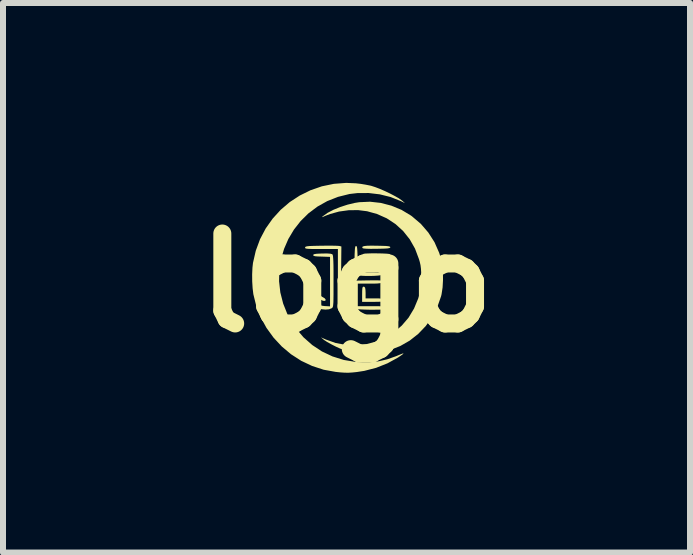
<source format=kicad_pcb>
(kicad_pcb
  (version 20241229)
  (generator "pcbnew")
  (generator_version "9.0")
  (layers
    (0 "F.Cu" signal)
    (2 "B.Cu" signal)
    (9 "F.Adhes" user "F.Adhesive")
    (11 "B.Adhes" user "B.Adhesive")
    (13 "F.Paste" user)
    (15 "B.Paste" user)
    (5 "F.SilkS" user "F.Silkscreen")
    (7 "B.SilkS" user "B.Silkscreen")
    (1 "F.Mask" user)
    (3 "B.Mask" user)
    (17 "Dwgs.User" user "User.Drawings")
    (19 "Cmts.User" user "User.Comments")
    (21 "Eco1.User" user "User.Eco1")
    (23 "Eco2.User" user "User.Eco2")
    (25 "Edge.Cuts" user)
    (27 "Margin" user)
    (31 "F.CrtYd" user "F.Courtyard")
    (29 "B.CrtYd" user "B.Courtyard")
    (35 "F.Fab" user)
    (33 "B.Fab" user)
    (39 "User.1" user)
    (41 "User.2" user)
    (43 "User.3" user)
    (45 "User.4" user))
  (footprint "logo"
    (layer "F.Cu")
    (at 2.729 1.666)
    (property "Reference" "logo" (at 0 0 0) (layer "F.SilkS") (effects (font (size 1.5 1.5) (thickness 0.3))))
    (attr board_only exclude_from_pos_files exclude_from_bom)
    (fp_poly (pts (xy -0.514 0.063) (xy -0.513 0.072) (xy -0.525 0.092) (xy -0.54 0.099) (xy -0.56 0.096) (xy -0.561 0.077) (xy -0.548 0.056) (xy -0.529 0.051)) (stroke (width 0) (type solid)) (fill yes) (layer "F.SilkS"))
    (fp_poly (pts (xy 0.723 0.276) (xy 0.73 0.299) (xy 0.728 0.306) (xy 0.709 0.318) (xy 0.687 0.313) (xy 0.679 0.297) (xy 0.688 0.273) (xy 0.707 0.264)) (stroke (width 0) (type solid)) (fill yes) (layer "F.SilkS"))
    (fp_poly (pts (xy -0.502 0.147) (xy -0.481 0.172) (xy -0.444 0.208) (xy -0.402 0.237) (xy -0.395 0.24) (xy -0.363 0.26) (xy -0.348 0.281) (xy -0.352 0.298) (xy -0.374 0.303) (xy -0.402 0.296) (xy -0.44 0.276) (xy -0.448 0.271) (xy -0.496 0.232) (xy -0.529 0.194) (xy -0.543 0.162) (xy -0.537 0.141) (xy -0.522 0.134)) (stroke (width 0) (type solid)) (fill yes) (layer "F.SilkS"))
    (fp_poly (pts (xy 0.298 0.068) (xy 0.31 0.083) (xy 0.316 0.12) (xy 0.318 0.168) (xy 0.318 0.26) (xy 0.468 0.26) (xy 0.545 0.261) (xy 0.596 0.266) (xy 0.625 0.273) (xy 0.634 0.279) (xy 0.643 0.301) (xy 0.64 0.308) (xy 0.623 0.312) (xy 0.583 0.315) (xy 0.525 0.317) (xy 0.456 0.318) (xy 0.445 0.318) (xy 0.26 0.318) (xy 0.26 0.197) (xy 0.261 0.132) (xy 0.264 0.091) (xy 0.271 0.07) (xy 0.283 0.064)) (stroke (width 0) (type solid)) (fill yes) (layer "F.SilkS"))
    (fp_poly (pts (xy 0.507 -0.618) (xy 0.593 -0.616) (xy 0.655 -0.614) (xy 0.695 -0.61) (xy 0.718 -0.605) (xy 0.728 -0.598) (xy 0.73 -0.592) (xy 0.726 -0.584) (xy 0.711 -0.578) (xy 0.681 -0.573) (xy 0.633 -0.57) (xy 0.562 -0.568) (xy 0.503 -0.567) (xy 0.403 -0.566) (xy 0.332 -0.568) (xy 0.286 -0.572) (xy 0.267 -0.578) (xy 0.267 -0.579) (xy 0.262 -0.594) (xy 0.272 -0.606) (xy 0.3 -0.613) (xy 0.348 -0.618) (xy 0.419 -0.619)) (stroke (width 0) (type solid)) (fill yes) (layer "F.SilkS"))
    (fp_poly (pts (xy 0.555 -0.49) (xy 0.621 -0.488) (xy 0.675 -0.485) (xy 0.711 -0.481) (xy 0.721 -0.478) (xy 0.738 -0.462) (xy 0.731 -0.45) (xy 0.7 -0.441) (xy 0.642 -0.436) (xy 0.558 -0.434) (xy 0.52 -0.433) (xy 0.319 -0.433) (xy 0.315 -0.337) (xy 0.309 -0.275) (xy 0.297 -0.24) (xy 0.281 -0.233) (xy 0.27 -0.241) (xy 0.265 -0.259) (xy 0.262 -0.298) (xy 0.26 -0.351) (xy 0.26 -0.362) (xy 0.261 -0.422) (xy 0.266 -0.458) (xy 0.275 -0.477) (xy 0.283 -0.482) (xy 0.308 -0.487) (xy 0.354 -0.489) (xy 0.416 -0.491) (xy 0.485 -0.491)) (stroke (width 0) (type solid)) (fill yes) (layer "F.SilkS"))
    (fp_poly (pts (xy 0.167 -0.61) (xy 0.174 -0.595) (xy 0.178 -0.565) (xy 0.181 -0.516) (xy 0.184 -0.445) (xy 0.185 -0.394) (xy 0.189 -0.173) (xy 0.388 -0.173) (xy 0.461 -0.173) (xy 0.524 -0.171) (xy 0.57 -0.168) (xy 0.595 -0.165) (xy 0.597 -0.164) (xy 0.597 -0.146) (xy 0.59 -0.135) (xy 0.569 -0.126) (xy 0.526 -0.12) (xy 0.466 -0.116) (xy 0.398 -0.114) (xy 0.326 -0.114) (xy 0.259 -0.117) (xy 0.202 -0.122) (xy 0.162 -0.128) (xy 0.146 -0.136) (xy 0.139 -0.158) (xy 0.134 -0.206) (xy 0.133 -0.28) (xy 0.133 -0.381) (xy 0.133 -0.385) (xy 0.135 -0.473) (xy 0.138 -0.535) (xy 0.141 -0.577) (xy 0.146 -0.601) (xy 0.153 -0.612) (xy 0.159 -0.614)) (stroke (width 0) (type solid)) (fill yes) (layer "F.SilkS"))
    (fp_poly (pts (xy -0.253 -0.619) (xy -0.188 -0.618) (xy -0.141 -0.616) (xy -0.119 -0.614) (xy -0.086 -0.606) (xy -0.09 -0.178) (xy -0.091 -0.049) (xy -0.093 0.054) (xy -0.096 0.133) (xy -0.099 0.19) (xy -0.104 0.229) (xy -0.11 0.251) (xy -0.118 0.259) (xy -0.128 0.256) (xy -0.135 0.251) (xy -0.137 0.234) (xy -0.139 0.193) (xy -0.141 0.13) (xy -0.143 0.049) (xy -0.144 -0.045) (xy -0.144 -0.149) (xy -0.144 -0.161) (xy -0.144 -0.563) (xy -0.42 -0.563) (xy -0.516 -0.564) (xy -0.586 -0.564) (xy -0.635 -0.566) (xy -0.667 -0.569) (xy -0.684 -0.574) (xy -0.691 -0.58) (xy -0.691 -0.589) (xy -0.687 -0.598) (xy -0.676 -0.604) (xy -0.654 -0.609) (xy -0.618 -0.613) (xy -0.563 -0.615) (xy -0.485 -0.617) (xy -0.419 -0.618) (xy -0.332 -0.619)) (stroke (width 0) (type solid)) (fill yes) (layer "F.SilkS"))
    (fp_poly (pts (xy 0.516 -0.041) (xy 0.563 -0.039) (xy 0.59 -0.034) (xy 0.6 -0.027) (xy 0.598 -0.016) (xy 0.592 -0.007) (xy 0.579 0.002) (xy 0.553 0.008) (xy 0.511 0.012) (xy 0.448 0.014) (xy 0.381 0.014) (xy 0.188 0.014) (xy 0.188 0.202) (xy 0.188 0.39) (xy 0.444 0.39) (xy 0.549 0.391) (xy 0.627 0.393) (xy 0.682 0.398) (xy 0.716 0.405) (xy 0.732 0.414) (xy 0.733 0.427) (xy 0.731 0.432) (xy 0.713 0.438) (xy 0.672 0.443) (xy 0.613 0.446) (xy 0.542 0.448) (xy 0.463 0.449) (xy 0.383 0.449) (xy 0.305 0.447) (xy 0.237 0.444) (xy 0.182 0.44) (xy 0.147 0.434) (xy 0.136 0.429) (xy 0.134 0.409) (xy 0.133 0.365) (xy 0.132 0.303) (xy 0.133 0.229) (xy 0.133 0.187) (xy 0.137 -0.036) (xy 0.353 -0.04) (xy 0.448 -0.041)) (stroke (width 0) (type solid)) (fill yes) (layer "F.SilkS"))
    (fp_poly (pts (xy -0.268 -0.485) (xy -0.238 -0.476) (xy -0.237 -0.476) (xy -0.231 -0.466) (xy -0.226 -0.446) (xy -0.223 -0.413) (xy -0.22 -0.363) (xy -0.218 -0.295) (xy -0.217 -0.205) (xy -0.217 -0.09) (xy -0.217 -0.028) (xy -0.217 0.095) (xy -0.217 0.192) (xy -0.218 0.267) (xy -0.219 0.322) (xy -0.222 0.361) (xy -0.225 0.388) (xy -0.23 0.405) (xy -0.236 0.415) (xy -0.245 0.423) (xy -0.249 0.425) (xy -0.292 0.442) (xy -0.351 0.447) (xy -0.416 0.441) (xy -0.476 0.424) (xy -0.484 0.421) (xy -0.574 0.367) (xy -0.639 0.296) (xy -0.68 0.211) (xy -0.696 0.129) (xy -0.697 0.087) (xy -0.689 0.067) (xy -0.677 0.061) (xy -0.661 0.065) (xy -0.65 0.089) (xy -0.643 0.125) (xy -0.617 0.221) (xy -0.572 0.296) (xy -0.507 0.349) (xy -0.424 0.38) (xy -0.367 0.388) (xy -0.275 0.393) (xy -0.275 -0.019) (xy -0.275 -0.432) (xy -0.415 -0.437) (xy -0.482 -0.439) (xy -0.525 -0.443) (xy -0.548 -0.45) (xy -0.556 -0.459) (xy -0.556 -0.462) (xy -0.551 -0.472) (xy -0.533 -0.479) (xy -0.497 -0.484) (xy -0.438 -0.487) (xy -0.407 -0.488) (xy -0.324 -0.489)) (stroke (width 0) (type solid)) (fill yes) (layer "F.SilkS"))
    (fp_poly (pts (xy 0.572 -1.332) (xy 0.748 -1.286) (xy 0.917 -1.216) (xy 1.073 -1.122) (xy 1.091 -1.109) (xy 1.239 -0.983) (xy 1.364 -0.838) (xy 1.467 -0.677) (xy 1.545 -0.5) (xy 1.577 -0.397) (xy 1.597 -0.294) (xy 1.608 -0.174) (xy 1.609 -0.046) (xy 1.602 0.078) (xy 1.585 0.19) (xy 1.577 0.224) (xy 1.514 0.404) (xy 1.429 0.57) (xy 1.322 0.72) (xy 1.196 0.852) (xy 1.054 0.964) (xy 0.897 1.054) (xy 0.727 1.121) (xy 0.547 1.164) (xy 0.397 1.178) (xy 0.288 1.179) (xy 0.19 1.172) (xy 0.135 1.164) (xy 0.069 1.15) (xy 0.001 1.133) (xy -0.046 1.12) (xy -0.109 1.096) (xy -0.181 1.063) (xy -0.255 1.025) (xy -0.322 0.988) (xy -0.373 0.955) (xy -0.383 0.947) (xy -0.426 0.91) (xy -0.345 0.946) (xy -0.182 1.004) (xy -0.01 1.036) (xy 0.164 1.042) (xy 0.337 1.022) (xy 0.505 0.977) (xy 0.628 0.924) (xy 0.785 0.83) (xy 0.92 0.715) (xy 1.034 0.582) (xy 1.126 0.429) (xy 1.197 0.258) (xy 1.207 0.224) (xy 1.225 0.161) (xy 1.236 0.105) (xy 1.243 0.048) (xy 1.245 -0.021) (xy 1.246 -0.087) (xy 1.245 -0.171) (xy 1.241 -0.237) (xy 1.234 -0.293) (xy 1.221 -0.35) (xy 1.207 -0.397) (xy 1.142 -0.57) (xy 1.054 -0.725) (xy 0.945 -0.862) (xy 0.817 -0.979) (xy 0.671 -1.075) (xy 0.509 -1.147) (xy 0.344 -1.193) (xy 0.193 -1.212) (xy 0.034 -1.21) (xy -0.125 -1.188) (xy -0.275 -1.147) (xy -0.347 -1.119) (xy -0.389 -1.101) (xy -0.408 -1.094) (xy -0.407 -1.099) (xy -0.391 -1.113) (xy -0.315 -1.167) (xy -0.217 -1.218) (xy -0.104 -1.264) (xy 0.017 -1.303) (xy 0.137 -1.332) (xy 0.213 -1.344) (xy 0.392 -1.352)) (stroke (width 0) (type solid)) (fill yes) (layer "F.SilkS"))
    (fp_poly (pts (xy 0.156 -1.659) (xy 0.235 -1.65) (xy 0.32 -1.636) (xy 0.395 -1.621) (xy 0.412 -1.617) (xy 0.477 -1.596) (xy 0.556 -1.566) (xy 0.641 -1.529) (xy 0.727 -1.488) (xy 0.807 -1.446) (xy 0.874 -1.408) (xy 0.92 -1.375) (xy 0.925 -1.372) (xy 0.975 -1.328) (xy 0.903 -1.363) (xy 0.736 -1.43) (xy 0.555 -1.475) (xy 0.368 -1.497) (xy 0.182 -1.496) (xy 0.051 -1.481) (xy -0.142 -1.433) (xy -0.322 -1.362) (xy -0.486 -1.27) (xy -0.635 -1.158) (xy -0.765 -1.03) (xy -0.877 -0.887) (xy -0.97 -0.731) (xy -1.042 -0.565) (xy -1.093 -0.39) (xy -1.121 -0.21) (xy -1.125 -0.025) (xy -1.104 0.161) (xy -1.057 0.346) (xy -0.984 0.529) (xy -0.954 0.588) (xy -0.846 0.759) (xy -0.718 0.909) (xy -0.572 1.038) (xy -0.41 1.145) (xy -0.234 1.228) (xy -0.045 1.287) (xy 0.155 1.32) (xy 0.238 1.326) (xy 0.393 1.325) (xy 0.537 1.309) (xy 0.679 1.276) (xy 0.827 1.224) (xy 0.899 1.194) (xy 0.938 1.179) (xy 0.951 1.178) (xy 0.94 1.19) (xy 0.904 1.216) (xy 0.856 1.248) (xy 0.683 1.343) (xy 0.494 1.418) (xy 0.296 1.469) (xy 0.173 1.488) (xy 0.096 1.496) (xy 0.031 1.5) (xy -0.033 1.499) (xy -0.106 1.494) (xy -0.181 1.486) (xy -0.381 1.45) (xy -0.574 1.387) (xy -0.756 1.301) (xy -0.925 1.192) (xy -1.079 1.063) (xy -1.216 0.916) (xy -1.335 0.752) (xy -1.432 0.575) (xy -1.506 0.385) (xy -1.554 0.19) (xy -1.566 0.091) (xy -1.573 -0.022) (xy -1.574 -0.14) (xy -1.569 -0.251) (xy -1.56 -0.332) (xy -1.513 -0.536) (xy -1.442 -0.728) (xy -1.348 -0.906) (xy -1.232 -1.07) (xy -1.098 -1.217) (xy -0.947 -1.346) (xy -0.78 -1.455) (xy -0.601 -1.543) (xy -0.411 -1.609) (xy -0.212 -1.65) (xy -0.006 -1.666)) (stroke (width 0) (type solid)) (fill yes) (layer "F.SilkS")))
  (gr_rect
    (start -3 -3)
    (end 8.457 6.165)
    (stroke (width 0.1) (type default))
    (fill no)
    (layer "Edge.Cuts")))
</source>
